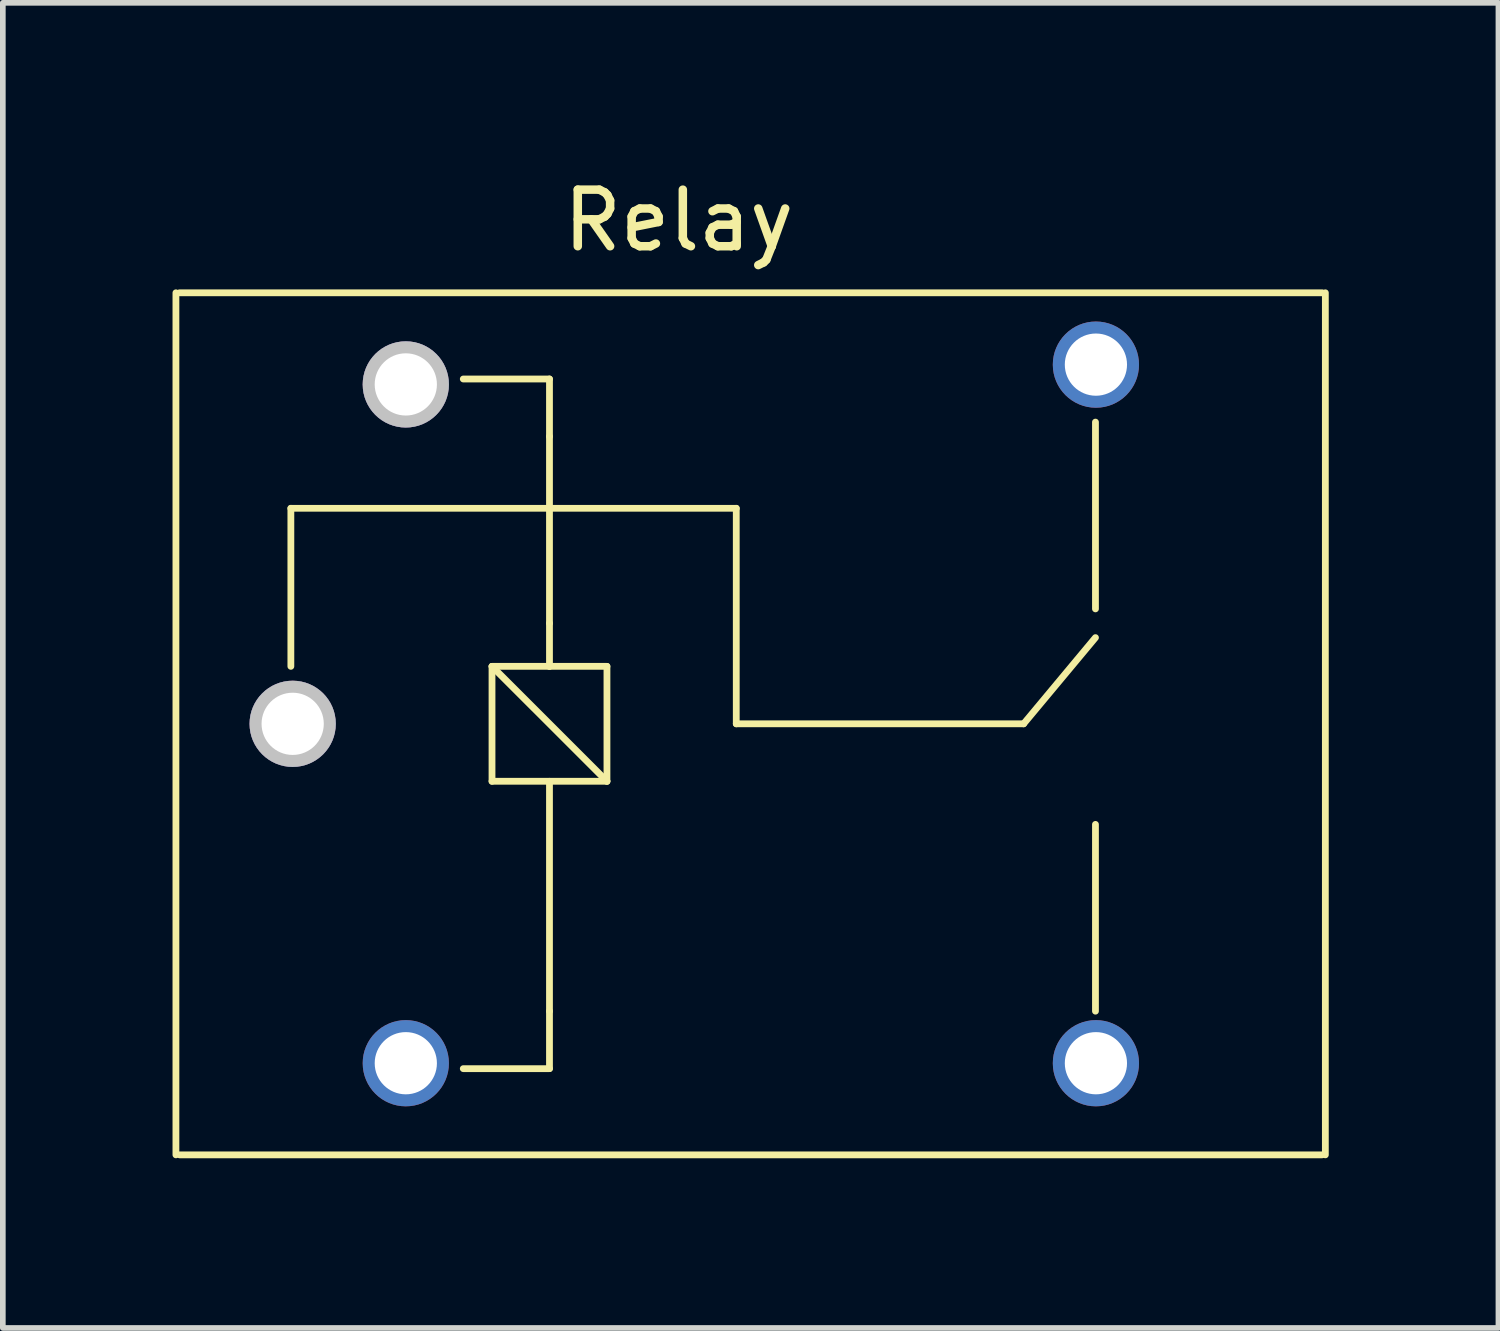
<source format=kicad_pcb>
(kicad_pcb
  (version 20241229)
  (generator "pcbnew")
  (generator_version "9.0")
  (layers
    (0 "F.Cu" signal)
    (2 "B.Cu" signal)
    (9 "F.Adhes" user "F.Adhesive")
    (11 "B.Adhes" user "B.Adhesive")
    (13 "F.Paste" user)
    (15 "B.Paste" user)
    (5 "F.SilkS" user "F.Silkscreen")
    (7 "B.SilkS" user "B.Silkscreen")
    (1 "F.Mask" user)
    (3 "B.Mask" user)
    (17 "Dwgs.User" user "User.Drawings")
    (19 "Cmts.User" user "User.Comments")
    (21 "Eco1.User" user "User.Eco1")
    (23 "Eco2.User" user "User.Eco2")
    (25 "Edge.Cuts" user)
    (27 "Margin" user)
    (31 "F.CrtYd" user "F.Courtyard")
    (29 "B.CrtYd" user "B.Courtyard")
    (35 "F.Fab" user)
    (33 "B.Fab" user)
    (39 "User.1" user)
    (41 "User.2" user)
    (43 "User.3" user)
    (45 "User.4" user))
  (footprint "Relay"
    (layer "F.Cu")
    (at 4.124 9.746)
    (property "Reference" "Relay" (at 4.826 -8.898 0) (layer "F.SilkS") (effects (font (size 1 1) (thickness 0.15))))
    (attr through_hole)
    (fp_line (start -4.064 -7.62) (end -4.064 7.62) (stroke (width 0.12) (type solid)) (layer "F.SilkS"))
    (fp_line (start -4 -7.62) (end 16.2 -7.62) (stroke (width 0.12) (type solid)) (layer "F.SilkS"))
    (fp_line (start -4 7.62) (end 16.2 7.62) (stroke (width 0.12) (type solid)) (layer "F.SilkS"))
    (fp_line (start -2.032 -3.81) (end 5.842 -3.81) (stroke (width 0.12) (type solid)) (layer "F.SilkS"))
    (fp_line (start -2.032 -1.016) (end -2.032 -3.81) (stroke (width 0.12) (type solid)) (layer "F.SilkS"))
    (fp_line (start 1.016 -6.096) (end 2.54 -6.096) (stroke (width 0.12) (type solid)) (layer "F.SilkS"))
    (fp_line (start 1.524 -1.016) (end 1.524 1.016) (stroke (width 0.12) (type solid)) (layer "F.SilkS"))
    (fp_line (start 1.524 -1.016) (end 3.556 1.016) (stroke (width 0.12) (type solid)) (layer "F.SilkS"))
    (fp_line (start 1.524 1.016) (end 3.556 1.016) (stroke (width 0.12) (type solid)) (layer "F.SilkS"))
    (fp_line (start 2.54 -6.096) (end 2.54 -5.08) (stroke (width 0.12) (type solid)) (layer "F.SilkS"))
    (fp_line (start 2.54 -5.08) (end 2.54 -1.778) (stroke (width 0.12) (type solid)) (layer "F.SilkS"))
    (fp_line (start 2.54 -1.778) (end 2.54 -1.016) (stroke (width 0.12) (type solid)) (layer "F.SilkS"))
    (fp_line (start 2.54 -1.016) (end 1.524 -1.016) (stroke (width 0.12) (type solid)) (layer "F.SilkS"))
    (fp_line (start 2.54 1.016) (end 2.54 5.08) (stroke (width 0.12) (type solid)) (layer "F.SilkS"))
    (fp_line (start 2.54 5.08) (end 2.54 6.096) (stroke (width 0.12) (type solid)) (layer "F.SilkS"))
    (fp_line (start 2.54 6.096) (end 1.016 6.096) (stroke (width 0.12) (type solid)) (layer "F.SilkS"))
    (fp_line (start 3.556 -1.016) (end 2.54 -1.016) (stroke (width 0.12) (type solid)) (layer "F.SilkS"))
    (fp_line (start 3.556 1.016) (end 3.556 -1.016) (stroke (width 0.12) (type solid)) (layer "F.SilkS"))
    (fp_line (start 5.842 -3.81) (end 5.842 0) (stroke (width 0.12) (type solid)) (layer "F.SilkS"))
    (fp_line (start 5.842 0) (end 10.922 0) (stroke (width 0.12) (type solid)) (layer "F.SilkS"))
    (fp_line (start 10.922 0) (end 12.192 -1.524) (stroke (width 0.12) (type solid)) (layer "F.SilkS"))
    (fp_line (start 12.192 -5.334) (end 12.192 -2.032) (stroke (width 0.12) (type solid)) (layer "F.SilkS"))
    (fp_line (start 12.192 1.778) (end 12.192 5.08) (stroke (width 0.12) (type solid)) (layer "F.SilkS"))
    (fp_line (start 16.256 -7.62) (end 16.256 7.62) (stroke (width 0.12) (type solid)) (layer "F.SilkS"))
    (pad "1" thru_hole circle (at 0 -6) (size 1.524 1.524) (drill 1.1) (layers "*.Cu" "*.Mask" "Dwgs.User"))
    (pad "2" thru_hole circle (at 0 6) (size 1.524 1.524) (drill 1.1) (layers "*.Cu" "*.Mask"))
    (pad "3" thru_hole circle (at -2 0) (size 1.524 1.524) (drill 1.1) (layers "*.Cu" "*.Mask" "Dwgs.User"))
    (pad "4" thru_hole circle (at 12.2 -6.35) (size 1.524 1.524) (drill 1.1) (layers "*.Cu" "*.Mask"))
    (pad "5" thru_hole circle (at 12.2 6) (size 1.524 1.524) (drill 1.1) (layers "*.Cu" "*.Mask")))
  (gr_rect
    (start -3 -3)
    (end 23.44 20.426)
    (stroke (width 0.1) (type default))
    (fill no)
    (layer "Edge.Cuts")))
</source>
